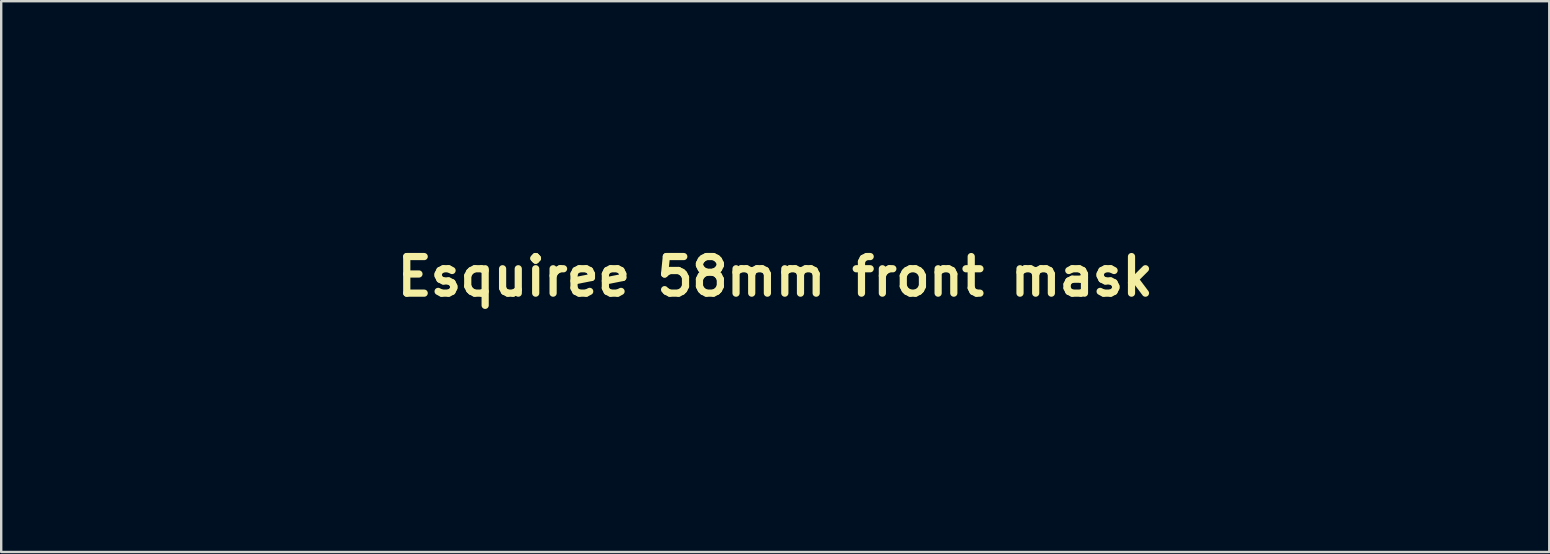
<source format=kicad_pcb>
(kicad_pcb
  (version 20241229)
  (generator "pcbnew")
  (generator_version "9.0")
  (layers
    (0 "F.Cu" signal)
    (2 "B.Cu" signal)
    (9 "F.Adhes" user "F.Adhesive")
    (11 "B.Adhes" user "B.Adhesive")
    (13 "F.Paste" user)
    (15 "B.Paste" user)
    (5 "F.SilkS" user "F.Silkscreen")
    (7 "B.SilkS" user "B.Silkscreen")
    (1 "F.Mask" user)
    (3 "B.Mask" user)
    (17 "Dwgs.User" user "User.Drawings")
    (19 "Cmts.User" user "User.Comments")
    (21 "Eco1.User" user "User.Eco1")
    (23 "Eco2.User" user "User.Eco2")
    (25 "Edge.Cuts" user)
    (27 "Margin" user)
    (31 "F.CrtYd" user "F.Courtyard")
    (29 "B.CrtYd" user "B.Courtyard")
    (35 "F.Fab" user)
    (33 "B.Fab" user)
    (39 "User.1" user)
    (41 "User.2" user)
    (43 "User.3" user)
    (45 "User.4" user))
  (footprint "Esquiree 58mm front mask"
    (layer "F.Cu")
    (at 29.243 8.472)
    (property "Reference" "Esquiree 58mm front mask" (at 0 0 0) (layer "F.SilkS") (effects (font (size 1.524 1.524) (thickness 0.3))))
    (attr through_hole)
    (fp_poly (pts (xy 18.726 -1.701) (xy 18.905 -1.589) (xy 18.963 -1.51) (xy 19.012 -1.345) (xy 18.954 -1.206) (xy 18.79 -1.087) (xy 18.678 -1.056) (xy 18.499 -1.034) (xy 18.278 -1.02) (xy 18.044 -1.015) (xy 17.822 -1.02) (xy 17.64 -1.034) (xy 17.525 -1.057) (xy 17.498 -1.08) (xy 17.542 -1.177) (xy 17.657 -1.308) (xy 17.816 -1.449) (xy 17.991 -1.578) (xy 18.155 -1.672) (xy 18.22 -1.696) (xy 18.49 -1.739) (xy 18.726 -1.701)) (stroke (width 0.01) (type solid)) (fill yes) (layer "F.Mask"))
    (fp_poly (pts (xy 24.709 -1.701) (xy 24.888 -1.589) (xy 24.947 -1.51) (xy 24.995 -1.345) (xy 24.937 -1.206) (xy 24.774 -1.087) (xy 24.662 -1.056) (xy 24.482 -1.034) (xy 24.261 -1.02) (xy 24.027 -1.015) (xy 23.805 -1.02) (xy 23.623 -1.034) (xy 23.508 -1.057) (xy 23.481 -1.08) (xy 23.525 -1.177) (xy 23.64 -1.308) (xy 23.799 -1.449) (xy 23.974 -1.578) (xy 24.139 -1.672) (xy 24.203 -1.696) (xy 24.473 -1.739) (xy 24.709 -1.701)) (stroke (width 0.01) (type solid)) (fill yes) (layer "F.Mask"))
    (fp_poly (pts (xy -23.064 4.517) (xy -22.755 4.521) (xy -22.504 4.528) (xy -22.329 4.537) (xy -22.244 4.546) (xy -22.239 4.55) (xy -22.271 4.654) (xy -22.357 4.823) (xy -22.481 5.034) (xy -22.628 5.261) (xy -22.784 5.48) (xy -22.932 5.668) (xy -22.982 5.726) (xy -23.315 6.031) (xy -23.679 6.264) (xy -24.055 6.418) (xy -24.426 6.485) (xy -24.772 6.459) (xy -24.853 6.437) (xy -25.145 6.293) (xy -25.364 6.082) (xy -25.506 5.824) (xy -25.564 5.54) (xy -25.534 5.251) (xy -25.409 4.975) (xy -25.3 4.839) (xy -25.188 4.74) (xy -25.054 4.662) (xy -24.883 4.604) (xy -24.662 4.563) (xy -24.375 4.536) (xy -24.008 4.521) (xy -23.546 4.516) (xy -23.414 4.516) (xy -23.064 4.517)) (stroke (width 0.01) (type solid)) (fill yes) (layer "F.Mask"))
    (fp_poly (pts (xy -4.934 -1.61) (xy -4.772 -1.557) (xy -4.607 -1.462) (xy -4.504 -1.331) (xy -4.462 -1.155) (xy -4.483 -0.921) (xy -4.565 -0.619) (xy -4.708 -0.236) (xy -4.757 -0.118) (xy -4.903 0.217) (xy -5.028 0.461) (xy -5.145 0.629) (xy -5.272 0.735) (xy -5.422 0.796) (xy -5.611 0.826) (xy -5.716 0.833) (xy -5.944 0.836) (xy -6.106 0.808) (xy -6.245 0.741) (xy -6.25 0.739) (xy -6.393 0.609) (xy -6.466 0.467) (xy -6.499 0.327) (xy -6.522 0.24) (xy -6.526 0.121) (xy -6.5 -0.067) (xy -6.451 -0.287) (xy -6.389 -0.504) (xy -6.321 -0.679) (xy -6.313 -0.695) (xy -6.16 -0.934) (xy -5.955 -1.177) (xy -5.731 -1.387) (xy -5.522 -1.529) (xy -5.228 -1.625) (xy -4.934 -1.61)) (stroke (width 0.01) (type solid)) (fill yes) (layer "F.Mask"))
    (fp_poly (pts (xy 29.238 8.467) (xy -29.238 8.467) (xy -29.238 5.631) (xy -27.572 5.631) (xy -27.518 6.132) (xy -27.375 6.613) (xy -27.145 7.06) (xy -26.831 7.46) (xy -26.433 7.797) (xy -26.364 7.843) (xy -25.92 8.067) (xy -25.41 8.219) (xy -24.857 8.298) (xy -24.286 8.301) (xy -23.718 8.224) (xy -23.444 8.156) (xy -22.844 7.923) (xy -22.271 7.582) (xy -21.727 7.135) (xy -21.553 6.962) (xy -21.323 6.706) (xy -21.115 6.431) (xy -20.914 6.114) (xy -20.707 5.733) (xy -20.48 5.269) (xy -20.464 5.235) (xy -20.131 4.521) (xy -17.135 4.504) (xy -14.139 4.487) (xy -13.875 4.332) (xy -13.6 4.127) (xy -13.425 3.887) (xy -13.339 3.596) (xy -13.332 3.54) (xy -13.346 3.245) (xy -13.442 3.004) (xy -13.615 2.835) (xy -13.651 2.815) (xy -13.707 2.796) (xy -13.806 2.781) (xy -13.954 2.767) (xy -14.162 2.756) (xy -14.437 2.747) (xy -14.788 2.739) (xy -15.224 2.732) (xy -15.753 2.727) (xy -16.384 2.722) (xy -16.581 2.721) (xy -17.129 2.717) (xy -17.641 2.712) (xy -18.107 2.707) (xy -18.515 2.701) (xy -18.855 2.695) (xy -19.116 2.689) (xy -19.288 2.683) (xy -19.359 2.677) (xy -19.36 2.676) (xy -19.34 2.619) (xy -19.282 2.469) (xy -19.19 2.238) (xy -19.07 1.937) (xy -19.022 1.815) (xy -13.726 1.815) (xy -13.68 2.074) (xy -13.54 2.278) (xy -13.316 2.41) (xy -13.17 2.439) (xy -12.935 2.46) (xy -12.632 2.474) (xy -12.286 2.481) (xy -11.918 2.481) (xy -11.552 2.474) (xy -11.21 2.46) (xy -10.915 2.439) (xy -10.69 2.411) (xy -10.624 2.398) (xy -10.254 2.289) (xy -9.947 2.139) (xy -9.651 1.924) (xy -9.576 1.859) (xy -9.286 1.561) (xy -9.083 1.244) (xy -8.951 0.902) (xy -8.897 0.617) (xy -8.288 0.617) (xy -8.271 0.903) (xy -8.241 1.115) (xy -8.191 1.293) (xy -8.113 1.474) (xy -8.11 1.481) (xy -7.88 1.839) (xy -7.588 2.124) (xy -7.249 2.329) (xy -6.881 2.447) (xy -6.5 2.472) (xy -6.122 2.398) (xy -5.932 2.317) (xy -5.698 2.197) (xy -5.788 2.411) (xy -5.831 2.513) (xy -5.91 2.706) (xy -6.02 2.976) (xy -6.155 3.309) (xy -6.311 3.693) (xy -6.481 4.112) (xy -6.621 4.459) (xy -6.82 4.951) (xy -6.979 5.35) (xy -7.105 5.67) (xy -7.199 5.924) (xy -7.268 6.122) (xy -7.315 6.278) (xy -7.343 6.405) (xy -7.358 6.514) (xy -7.364 6.619) (xy -7.365 6.671) (xy -7.36 6.882) (xy -7.338 7.019) (xy -7.285 7.123) (xy -7.197 7.226) (xy -7.069 7.35) (xy -6.943 7.445) (xy -6.8 7.514) (xy -6.624 7.561) (xy -6.398 7.589) (xy -6.103 7.602) (xy -5.723 7.604) (xy -5.447 7.601) (xy -5.091 7.596) (xy -4.828 7.588) (xy -4.635 7.576) (xy -4.492 7.555) (xy -4.379 7.525) (xy -4.274 7.482) (xy -4.208 7.45) (xy -3.95 7.289) (xy -3.789 7.107) (xy -3.711 6.879) (xy -3.697 6.689) (xy -3.726 6.447) (xy -3.818 6.262) (xy -3.983 6.128) (xy -4.23 6.041) (xy -4.569 5.994) (xy -4.928 5.983) (xy -5.404 5.983) (xy -4.814 4.53) (xy -4.46 3.655) (xy -4.146 2.879) (xy -3.869 2.194) (xy -3.629 1.593) (xy -3.437 1.108) (xy -2.126 1.108) (xy -2.059 1.484) (xy -1.897 1.823) (xy -1.649 2.11) (xy -1.326 2.33) (xy -1.073 2.431) (xy -0.967 2.447) (xy -0.772 2.46) (xy -0.514 2.471) (xy -0.218 2.477) (xy -0.113 2.477) (xy 0.223 2.477) (xy 0.469 2.47) (xy 0.649 2.455) (xy 0.786 2.429) (xy 0.904 2.39) (xy 0.96 2.366) (xy 1.139 2.272) (xy 1.293 2.172) (xy 1.336 2.136) (xy 1.458 2.021) (xy 1.521 2.139) (xy 1.61 2.239) (xy 1.755 2.343) (xy 1.806 2.37) (xy 1.903 2.414) (xy 2.011 2.445) (xy 2.151 2.465) (xy 2.343 2.477) (xy 2.609 2.482) (xy 2.936 2.484) (xy 3.267 2.48) (xy 3.579 2.468) (xy 3.844 2.452) (xy 4.037 2.431) (xy 4.1 2.419) (xy 4.361 2.31) (xy 4.572 2.138) (xy 4.725 1.924) (xy 4.814 1.688) (xy 4.822 1.569) (xy 5.123 1.569) (xy 5.134 1.691) (xy 5.165 1.8) (xy 5.21 1.898) (xy 5.33 2.083) (xy 5.484 2.227) (xy 5.686 2.334) (xy 5.949 2.409) (xy 6.288 2.455) (xy 6.717 2.478) (xy 7.031 2.482) (xy 7.465 2.478) (xy 7.8 2.463) (xy 8.05 2.436) (xy 8.219 2.4) (xy 8.505 2.269) (xy 8.723 2.075) (xy 8.862 1.839) (xy 8.913 1.578) (xy 8.865 1.312) (xy 8.83 1.235) (xy 8.732 1.1) (xy 8.589 1.005) (xy 8.383 0.944) (xy 8.099 0.912) (xy 7.757 0.903) (xy 7.479 0.9) (xy 7.3 0.889) (xy 7.206 0.869) (xy 7.183 0.838) (xy 7.185 0.833) (xy 7.45 0.174) (xy 7.674 -0.389) (xy 7.8 -0.705) (xy 9.143 -0.705) (xy 9.157 -0.569) (xy 9.201 -0.457) (xy 9.232 -0.407) (xy 9.417 -0.237) (xy 9.675 -0.137) (xy 9.903 -0.113) (xy 10.136 -0.151) (xy 10.342 -0.27) (xy 10.531 -0.479) (xy 10.711 -0.787) (xy 10.816 -1.018) (xy 11.03 -1.524) (xy 11.392 -1.524) (xy 11.589 -1.519) (xy 11.69 -1.502) (xy 11.709 -1.47) (xy 11.699 -1.453) (xy 11.641 -1.378) (xy 11.533 -1.239) (xy 11.397 -1.064) (xy 11.357 -1.012) (xy 11.049 -0.571) (xy 10.837 -0.159) (xy 10.714 0.242) (xy 10.674 0.651) (xy 10.681 0.835) (xy 10.761 1.276) (xy 10.927 1.669) (xy 11.17 1.999) (xy 11.48 2.252) (xy 11.716 2.37) (xy 11.834 2.41) (xy 11.965 2.439) (xy 12.129 2.459) (xy 12.345 2.472) (xy 12.634 2.478) (xy 13.014 2.481) (xy 13.451 2.479) (xy 13.79 2.468) (xy 14.046 2.449) (xy 14.236 2.42) (xy 14.315 2.4) (xy 14.601 2.269) (xy 14.819 2.075) (xy 14.958 1.839) (xy 15.009 1.578) (xy 14.961 1.312) (xy 14.926 1.235) (xy 14.835 1.106) (xy 14.705 1.014) (xy 14.519 0.952) (xy 14.259 0.917) (xy 13.91 0.904) (xy 13.788 0.903) (xy 13.396 0.895) (xy 13.099 0.871) (xy 12.88 0.827) (xy 12.722 0.758) (xy 12.608 0.661) (xy 12.59 0.64) (xy 12.491 0.439) (xy 12.483 0.201) (xy 12.538 0.019) (xy 15.365 0.019) (xy 15.375 0.594) (xy 15.465 1.091) (xy 15.637 1.511) (xy 15.892 1.854) (xy 16.23 2.122) (xy 16.652 2.316) (xy 16.954 2.399) (xy 17.13 2.424) (xy 17.394 2.445) (xy 17.725 2.461) (xy 18.103 2.473) (xy 18.507 2.479) (xy 18.916 2.481) (xy 19.31 2.478) (xy 19.669 2.469) (xy 19.97 2.456) (xy 20.195 2.437) (xy 20.299 2.419) (xy 20.562 2.31) (xy 20.772 2.142) (xy 20.923 1.932) (xy 21.01 1.701) (xy 21.028 1.469) (xy 20.969 1.255) (xy 20.83 1.078) (xy 20.714 1.002) (xy 20.636 0.969) (xy 20.538 0.945) (xy 20.405 0.927) (xy 20.221 0.915) (xy 19.97 0.908) (xy 19.637 0.904) (xy 19.241 0.903) (xy 18.722 0.901) (xy 18.303 0.892) (xy 17.972 0.875) (xy 17.717 0.848) (xy 17.525 0.811) (xy 17.384 0.761) (xy 17.282 0.697) (xy 17.23 0.646) (xy 17.142 0.539) (xy 17.1 0.461) (xy 17.115 0.406) (xy 17.197 0.37) (xy 17.359 0.35) (xy 17.61 0.34) (xy 17.961 0.338) (xy 18.02 0.338) (xy 18.534 0.329) (xy 18.953 0.304) (xy 19.294 0.258) (xy 19.574 0.188) (xy 19.81 0.092) (xy 19.932 0.019) (xy 21.35 0.019) (xy 21.358 0.593) (xy 21.448 1.09) (xy 21.619 1.509) (xy 21.874 1.853) (xy 22.213 2.122) (xy 22.635 2.316) (xy 22.937 2.399) (xy 23.113 2.424) (xy 23.377 2.445) (xy 23.708 2.461) (xy 24.086 2.473) (xy 24.49 2.479) (xy 24.899 2.481) (xy 25.293 2.478) (xy 25.652 2.469) (xy 25.954 2.456) (xy 26.178 2.437) (xy 26.282 2.419) (xy 26.566 2.299) (xy 26.79 2.108) (xy 26.94 1.867) (xy 27.003 1.597) (xy 26.967 1.319) (xy 26.967 1.318) (xy 26.92 1.197) (xy 26.859 1.101) (xy 26.77 1.029) (xy 26.641 0.977) (xy 26.457 0.941) (xy 26.207 0.919) (xy 25.876 0.908) (xy 25.452 0.904) (xy 25.224 0.903) (xy 24.705 0.901) (xy 24.286 0.892) (xy 23.955 0.875) (xy 23.7 0.848) (xy 23.508 0.811) (xy 23.367 0.761) (xy 23.265 0.697) (xy 23.213 0.646) (xy 23.125 0.539) (xy 23.083 0.461) (xy 23.098 0.406) (xy 23.18 0.37) (xy 23.342 0.35) (xy 23.593 0.34) (xy 23.944 0.338) (xy 24.003 0.338) (xy 24.494 0.33) (xy 24.905 0.307) (xy 25.223 0.27) (xy 25.315 0.253) (xy 25.749 0.111) (xy 26.109 -0.112) (xy 26.388 -0.403) (xy 26.58 -0.754) (xy 26.678 -1.153) (xy 26.678 -1.591) (xy 26.617 -1.907) (xy 26.459 -2.29) (xy 26.206 -2.622) (xy 25.869 -2.892) (xy 25.46 -3.09) (xy 25.322 -3.134) (xy 25.034 -3.187) (xy 24.68 -3.209) (xy 24.3 -3.201) (xy 23.936 -3.164) (xy 23.63 -3.099) (xy 23.566 -3.078) (xy 23.06 -2.839) (xy 22.59 -2.499) (xy 22.166 -2.067) (xy 21.893 -1.7) (xy 21.647 -1.269) (xy 21.481 -0.828) (xy 21.383 -0.343) (xy 21.35 0.019) (xy 19.932 0.019) (xy 20.009 -0.027) (xy 20.31 -0.285) (xy 20.519 -0.587) (xy 20.635 -0.879) (xy 20.71 -1.311) (xy 20.681 -1.739) (xy 20.551 -2.142) (xy 20.376 -2.435) (xy 20.085 -2.751) (xy 19.747 -2.982) (xy 19.351 -3.13) (xy 18.886 -3.202) (xy 18.421 -3.205) (xy 18.005 -3.169) (xy 17.66 -3.096) (xy 17.344 -2.974) (xy 17.016 -2.79) (xy 16.927 -2.733) (xy 16.431 -2.34) (xy 16.024 -1.88) (xy 15.71 -1.36) (xy 15.494 -0.788) (xy 15.379 -0.168) (xy 15.365 0.019) (xy 12.538 0.019) (xy 12.568 -0.079) (xy 12.747 -0.405) (xy 13.022 -0.78) (xy 13.21 -1.004) (xy 13.398 -1.218) (xy 13.533 -1.362) (xy 13.637 -1.451) (xy 13.732 -1.501) (xy 13.84 -1.528) (xy 13.968 -1.545) (xy 14.289 -1.612) (xy 14.557 -1.726) (xy 14.748 -1.875) (xy 14.811 -1.964) (xy 14.917 -2.257) (xy 14.933 -2.533) (xy 14.862 -2.772) (xy 14.707 -2.957) (xy 14.579 -3.034) (xy 14.484 -3.066) (xy 14.356 -3.093) (xy 14.178 -3.113) (xy 13.936 -3.13) (xy 13.615 -3.144) (xy 13.2 -3.156) (xy 13.079 -3.159) (xy 12.647 -3.17) (xy 12.315 -3.182) (xy 12.07 -3.197) (xy 11.898 -3.218) (xy 11.787 -3.248) (xy 11.723 -3.288) (xy 11.694 -3.342) (xy 11.685 -3.412) (xy 11.685 -3.428) (xy 11.648 -3.6) (xy 11.558 -3.79) (xy 11.441 -3.955) (xy 11.341 -4.038) (xy 11.09 -4.115) (xy 10.824 -4.111) (xy 10.585 -4.03) (xy 10.501 -3.972) (xy 10.427 -3.906) (xy 10.36 -3.831) (xy 10.293 -3.734) (xy 10.22 -3.604) (xy 10.134 -3.426) (xy 10.03 -3.189) (xy 9.9 -2.881) (xy 9.739 -2.487) (xy 9.625 -2.204) (xy 9.446 -1.751) (xy 9.311 -1.389) (xy 9.217 -1.102) (xy 9.162 -0.878) (xy 9.143 -0.705) (xy 7.8 -0.705) (xy 7.862 -0.864) (xy 8.016 -1.26) (xy 8.139 -1.585) (xy 8.234 -1.847) (xy 8.304 -2.056) (xy 8.352 -2.219) (xy 8.381 -2.345) (xy 8.393 -2.442) (xy 8.393 -2.519) (xy 8.387 -2.562) (xy 8.298 -2.767) (xy 8.129 -2.951) (xy 7.913 -3.081) (xy 7.847 -3.104) (xy 7.625 -3.126) (xy 7.365 -3.091) (xy 7.121 -3.01) (xy 7.03 -2.96) (xy 6.951 -2.899) (xy 6.873 -2.815) (xy 6.79 -2.698) (xy 6.698 -2.539) (xy 6.591 -2.326) (xy 6.465 -2.05) (xy 6.314 -1.701) (xy 6.134 -1.269) (xy 5.919 -0.743) (xy 5.871 -0.625) (xy 5.656 -0.09) (xy 5.481 0.353) (xy 5.345 0.714) (xy 5.244 1.005) (xy 5.175 1.237) (xy 5.136 1.421) (xy 5.123 1.569) (xy 4.822 1.569) (xy 4.83 1.451) (xy 4.767 1.233) (xy 4.615 1.054) (xy 4.608 1.048) (xy 4.518 0.995) (xy 4.403 0.957) (xy 4.238 0.931) (xy 3.999 0.912) (xy 3.811 0.903) (xy 3.552 0.889) (xy 3.337 0.871) (xy 3.188 0.852) (xy 3.132 0.836) (xy 3.142 0.776) (xy 3.19 0.625) (xy 3.272 0.397) (xy 3.381 0.104) (xy 3.513 -0.238) (xy 3.663 -0.617) (xy 3.691 -0.688) (xy 3.887 -1.177) (xy 4.04 -1.576) (xy 4.154 -1.895) (xy 4.232 -2.147) (xy 4.276 -2.344) (xy 4.29 -2.499) (xy 4.275 -2.623) (xy 4.235 -2.729) (xy 4.176 -2.823) (xy 3.989 -2.997) (xy 3.741 -3.103) (xy 3.472 -3.129) (xy 3.338 -3.107) (xy 3.061 -2.98) (xy 2.8 -2.765) (xy 2.585 -2.486) (xy 2.571 -2.462) (xy 2.512 -2.344) (xy 2.42 -2.14) (xy 2.3 -1.866) (xy 2.162 -1.541) (xy 2.013 -1.181) (xy 1.913 -0.936) (xy 1.726 -0.48) (xy 1.57 -0.117) (xy 1.437 0.165) (xy 1.318 0.378) (xy 1.205 0.534) (xy 1.089 0.646) (xy 0.961 0.726) (xy 0.814 0.787) (xy 0.7 0.822) (xy 0.407 0.879) (xy 0.161 0.871) (xy -0.023 0.804) (xy -0.131 0.682) (xy -0.15 0.512) (xy -0.147 0.495) (xy -0.115 0.388) (xy -0.048 0.199) (xy 0.046 -0.051) (xy 0.16 -0.339) (xy 0.235 -0.526) (xy 0.444 -1.041) (xy 0.613 -1.464) (xy 0.744 -1.805) (xy 0.842 -2.076) (xy 0.908 -2.288) (xy 0.946 -2.452) (xy 0.959 -2.58) (xy 0.95 -2.682) (xy 0.922 -2.771) (xy 0.878 -2.857) (xy 0.867 -2.876) (xy 0.687 -3.076) (xy 0.435 -3.189) (xy 0.183 -3.217) (xy -0.094 -3.177) (xy -0.341 -3.05) (xy -0.576 -2.825) (xy -0.65 -2.733) (xy -0.717 -2.62) (xy -0.818 -2.418) (xy -0.944 -2.146) (xy -1.09 -1.819) (xy -1.248 -1.454) (xy -1.411 -1.069) (xy -1.571 -0.68) (xy -1.722 -0.305) (xy -1.857 0.039) (xy -1.968 0.336) (xy -2.049 0.569) (xy -2.09 0.711) (xy -2.126 1.108) (xy -3.437 1.108) (xy -3.422 1.07) (xy -3.247 0.618) (xy -3.101 0.231) (xy -2.982 -0.099) (xy -2.888 -0.379) (xy -2.816 -0.614) (xy -2.765 -0.811) (xy -2.732 -0.978) (xy -2.715 -1.121) (xy -2.712 -1.246) (xy -2.721 -1.361) (xy -2.739 -1.472) (xy -2.764 -1.586) (xy -2.783 -1.661) (xy -2.946 -2.106) (xy -3.196 -2.483) (xy -3.526 -2.787) (xy -3.93 -3.013) (xy -4.401 -3.158) (xy -4.934 -3.216) (xy -5.019 -3.217) (xy -5.531 -3.184) (xy -5.985 -3.077) (xy -6.401 -2.888) (xy -6.802 -2.606) (xy -7.142 -2.293) (xy -7.568 -1.785) (xy -7.9 -1.224) (xy -8.134 -0.621) (xy -8.264 0.011) (xy -8.288 0.617) (xy -8.897 0.617) (xy -8.873 0.489) (xy -8.883 0.066) (xy -8.985 -0.375) (xy -9.181 -0.844) (xy -9.474 -1.35) (xy -9.699 -1.677) (xy -9.906 -1.969) (xy -10.053 -2.2) (xy -10.149 -2.397) (xy -10.204 -2.586) (xy -10.229 -2.796) (xy -10.232 -3.052) (xy -10.23 -3.152) (xy -10.216 -3.736) (xy -10.415 -3.935) (xy -10.538 -4.05) (xy -10.641 -4.105) (xy -10.77 -4.118) (xy -10.925 -4.108) (xy -11.078 -4.088) (xy -11.211 -4.048) (xy -11.335 -3.977) (xy -11.456 -3.865) (xy -11.584 -3.702) (xy -11.727 -3.477) (xy -11.893 -3.179) (xy -12.09 -2.798) (xy -12.298 -2.381) (xy -12.524 -1.923) (xy -12.699 -1.552) (xy -12.829 -1.257) (xy -12.915 -1.024) (xy -12.961 -0.842) (xy -12.971 -0.699) (xy -12.947 -0.581) (xy -12.893 -0.477) (xy -12.816 -0.379) (xy -12.578 -0.177) (xy -12.321 -0.08) (xy -12.058 -0.085) (xy -11.799 -0.191) (xy -11.558 -0.393) (xy -11.344 -0.688) (xy -11.292 -0.784) (xy -11.133 -1.097) (xy -10.892 -0.619) (xy -10.73 -0.252) (xy -10.65 0.053) (xy -10.653 0.305) (xy -10.735 0.517) (xy -10.743 0.529) (xy -10.833 0.639) (xy -10.952 0.724) (xy -11.116 0.787) (xy -11.341 0.834) (xy -11.643 0.868) (xy -12.037 0.893) (xy -12.162 0.899) (xy -12.562 0.921) (xy -12.861 0.947) (xy -13.073 0.978) (xy -13.209 1.016) (xy -13.236 1.028) (xy -13.495 1.22) (xy -13.659 1.473) (xy -13.725 1.779) (xy -13.726 1.815) (xy -19.022 1.815) (xy -18.927 1.578) (xy -18.764 1.172) (xy -18.586 0.732) (xy -18.563 0.675) (xy -17.765 -1.298) (xy -16.867 -1.298) (xy -16.516 -1.3) (xy -16.257 -1.306) (xy -16.07 -1.32) (xy -15.934 -1.341) (xy -15.829 -1.374) (xy -15.76 -1.406) (xy -15.469 -1.605) (xy -15.264 -1.85) (xy -15.151 -2.126) (xy -15.137 -2.417) (xy -15.214 -2.679) (xy -15.289 -2.803) (xy -15.391 -2.894) (xy -15.536 -2.959) (xy -15.745 -3.002) (xy -16.034 -3.03) (xy -16.322 -3.046) (xy -17.037 -3.076) (xy -16.487 -4.431) (xy -16.477 -4.454) (xy 7.112 -4.454) (xy 7.162 -4.13) (xy 7.299 -3.858) (xy 7.507 -3.647) (xy 7.768 -3.508) (xy 8.063 -3.453) (xy 8.376 -3.49) (xy 8.581 -3.57) (xy 8.846 -3.759) (xy 9.025 -4.003) (xy 9.12 -4.28) (xy 9.129 -4.572) (xy 9.053 -4.856) (xy 8.891 -5.114) (xy 8.643 -5.324) (xy 8.606 -5.346) (xy 8.305 -5.459) (xy 8.003 -5.472) (xy 7.719 -5.395) (xy 7.469 -5.238) (xy 7.273 -5.014) (xy 7.148 -4.732) (xy 7.112 -4.454) (xy -16.477 -4.454) (xy -15.936 -5.786) (xy -14.046 -5.814) (xy -12.155 -5.842) (xy -11.926 -5.993) (xy -11.711 -6.19) (xy -11.557 -6.44) (xy -11.474 -6.714) (xy -11.472 -6.983) (xy -11.53 -7.165) (xy -11.625 -7.285) (xy -11.768 -7.401) (xy -11.797 -7.419) (xy -11.848 -7.447) (xy -11.905 -7.471) (xy -11.979 -7.489) (xy -12.079 -7.504) (xy -12.218 -7.515) (xy -12.405 -7.523) (xy -12.651 -7.529) (xy -12.968 -7.532) (xy -13.366 -7.534) (xy -13.855 -7.535) (xy -14.422 -7.535) (xy -15.046 -7.535) (xy -15.568 -7.534) (xy -15.998 -7.53) (xy -16.346 -7.521) (xy -16.622 -7.506) (xy -16.836 -7.483) (xy -17 -7.451) (xy -17.122 -7.409) (xy -17.214 -7.353) (xy -17.286 -7.284) (xy -17.347 -7.199) (xy -17.409 -7.096) (xy -17.426 -7.067) (xy -17.482 -6.956) (xy -17.575 -6.753) (xy -17.699 -6.474) (xy -17.846 -6.132) (xy -18.012 -5.742) (xy -18.191 -5.317) (xy -18.345 -4.944) (xy -19.115 -3.076) (xy -19.625 -3.04) (xy -19.927 -3.012) (xy -20.147 -2.97) (xy -20.317 -2.903) (xy -20.468 -2.801) (xy -20.565 -2.717) (xy -20.76 -2.487) (xy -20.861 -2.231) (xy -20.884 -1.979) (xy -20.87 -1.779) (xy -20.815 -1.634) (xy -20.724 -1.515) (xy -20.617 -1.411) (xy -20.505 -1.352) (xy -20.347 -1.322) (xy -20.212 -1.31) (xy -20.02 -1.291) (xy -19.919 -1.266) (xy -19.889 -1.226) (xy -19.895 -1.192) (xy -19.924 -1.12) (xy -19.989 -0.956) (xy -20.087 -0.712) (xy -20.213 -0.4) (xy -20.361 -0.034) (xy -20.527 0.376) (xy -20.7 0.804) (xy -21.472 2.709) (xy -22.744 2.709) (xy -23.502 2.717) (xy -24.158 2.743) (xy -24.723 2.788) (xy -25.207 2.856) (xy -25.621 2.948) (xy -25.975 3.069) (xy -26.281 3.219) (xy -26.547 3.403) (xy -26.785 3.621) (xy -26.87 3.714) (xy -27.187 4.152) (xy -27.409 4.627) (xy -27.537 5.124) (xy -27.572 5.631) (xy -29.238 5.631) (xy -29.238 -8.467) (xy 29.238 -8.467) (xy 29.238 8.467)) (stroke (width 0.01) (type solid)) (fill yes) (layer "F.Mask")))
  (gr_rect
    (start -3 -3)
    (end 61.486 19.943)
    (stroke (width 0.1) (type default))
    (fill no)
    (layer "Edge.Cuts")))
</source>
